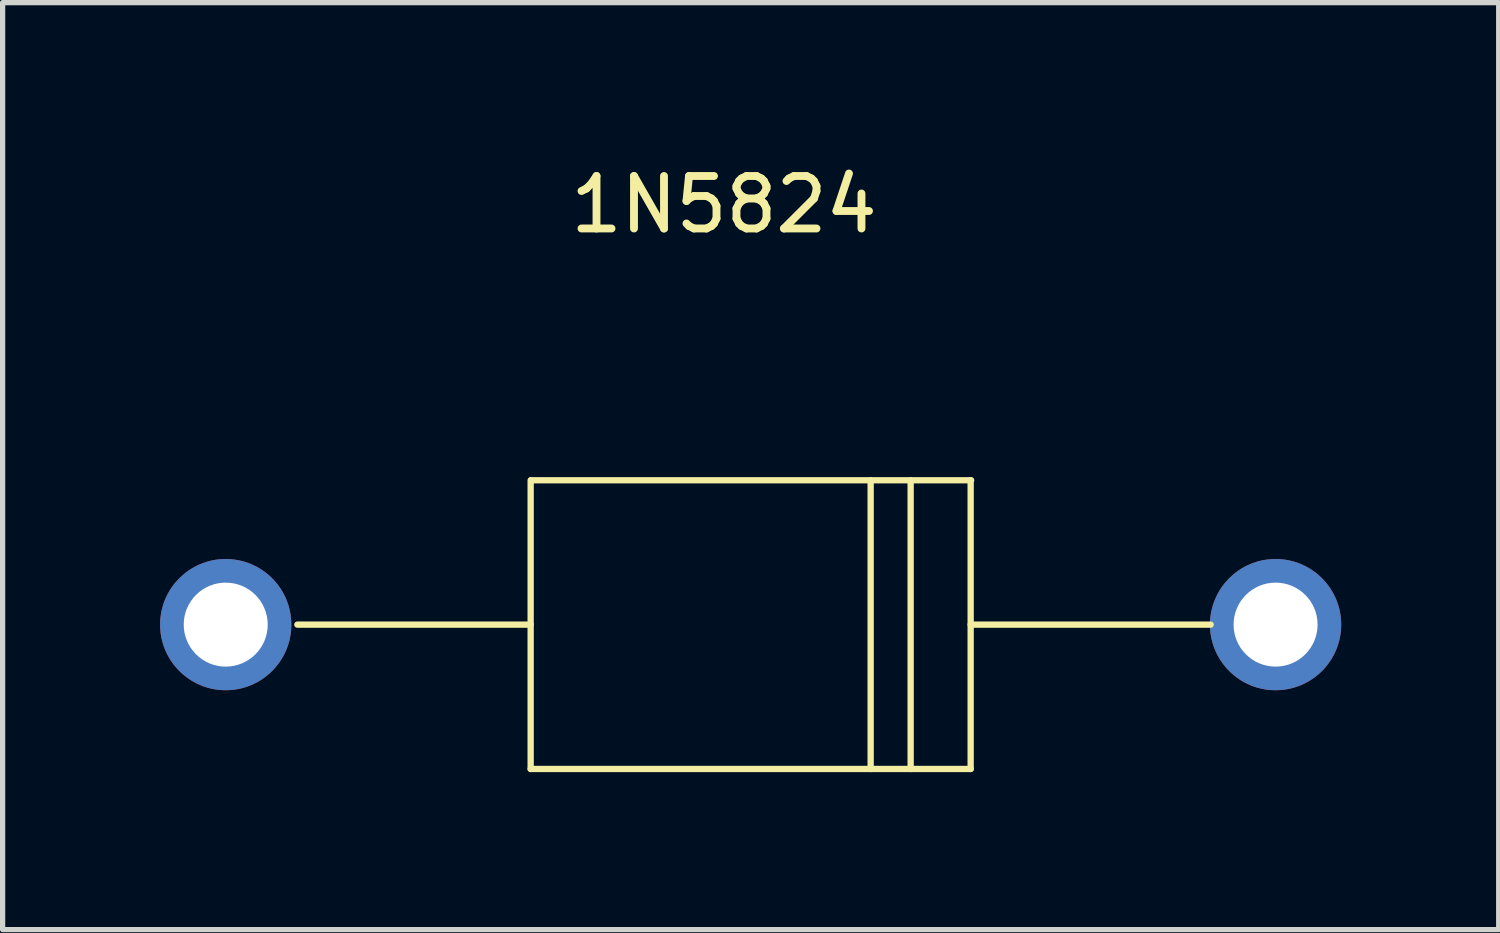
<source format=kicad_pcb>
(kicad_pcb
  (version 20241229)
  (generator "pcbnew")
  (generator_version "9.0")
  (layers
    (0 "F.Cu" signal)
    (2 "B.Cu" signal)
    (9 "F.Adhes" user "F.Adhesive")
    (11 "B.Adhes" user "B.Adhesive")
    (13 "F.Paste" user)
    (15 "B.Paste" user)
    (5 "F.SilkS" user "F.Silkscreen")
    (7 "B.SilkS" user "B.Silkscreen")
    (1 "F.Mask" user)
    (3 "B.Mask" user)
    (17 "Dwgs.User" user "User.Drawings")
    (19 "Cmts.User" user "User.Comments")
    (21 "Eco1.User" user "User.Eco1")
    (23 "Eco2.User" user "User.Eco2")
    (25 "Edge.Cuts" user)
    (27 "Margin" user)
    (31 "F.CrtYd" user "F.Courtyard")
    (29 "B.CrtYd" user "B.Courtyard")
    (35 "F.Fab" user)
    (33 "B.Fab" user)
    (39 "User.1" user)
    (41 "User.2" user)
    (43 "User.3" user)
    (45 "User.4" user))
  (footprint "1N5824"
    (layer "F.Cu")
    (at 11.25 8.849)
    (property "Reference" "1N5824" (at -0.508 -8.001 0) (layer "F.SilkS") (effects (font (size 1 1) (thickness 0.15))))
    (attr through_hole)
    (fp_line (start -8.636 0) (end -4.191 0) (stroke (width 0.12) (type solid)) (layer "F.SilkS"))
    (fp_line (start -4.191 -2.75) (end -4.191 2.75) (stroke (width 0.12) (type solid)) (layer "F.SilkS"))
    (fp_line (start -4.182 -2.75) (end 4.2 -2.75) (stroke (width 0.12) (type solid)) (layer "F.SilkS"))
    (fp_line (start 2.286 -2.75) (end 2.286 2.75) (stroke (width 0.12) (type solid)) (layer "F.SilkS"))
    (fp_line (start 3.048 -2.75) (end 3.048 2.75) (stroke (width 0.12) (type solid)) (layer "F.SilkS"))
    (fp_line (start 4.191 -2.75) (end 4.191 2.75) (stroke (width 0.12) (type solid)) (layer "F.SilkS"))
    (fp_line (start 4.191 0) (end 8.763 0) (stroke (width 0.12) (type solid)) (layer "F.SilkS"))
    (fp_line (start 4.191 2.75) (end -4.191 2.75) (stroke (width 0.12) (type solid)) (layer "F.SilkS"))
    (pad "1" thru_hole circle (at -10 0) (size 2.5 2.5) (drill 1.6) (layers "*.Cu" "*.Mask"))
    (pad "2" thru_hole circle (at 10 0) (size 2.5 2.5) (drill 1.6) (layers "*.Cu" "*.Mask")))
  (gr_rect
    (start -3 -3)
    (end 25.5 14.659)
    (stroke (width 0.1) (type default))
    (fill no)
    (layer "Edge.Cuts")))
</source>
